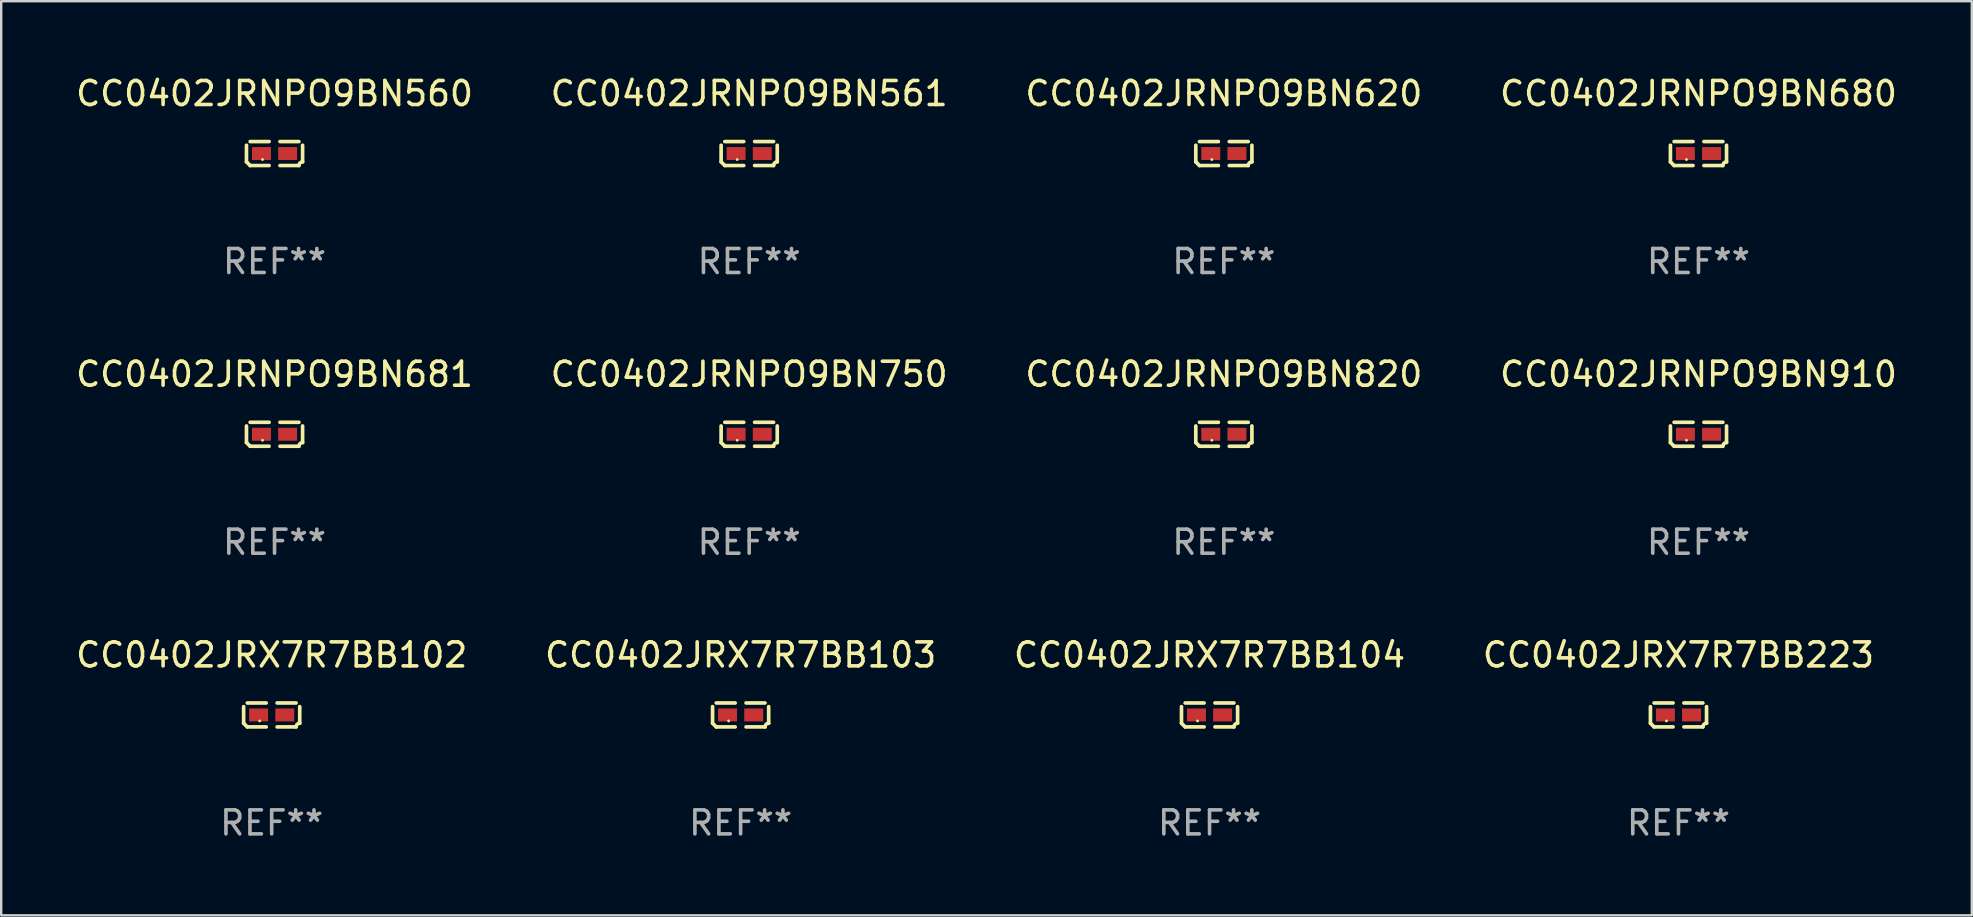
<source format=kicad_pcb>
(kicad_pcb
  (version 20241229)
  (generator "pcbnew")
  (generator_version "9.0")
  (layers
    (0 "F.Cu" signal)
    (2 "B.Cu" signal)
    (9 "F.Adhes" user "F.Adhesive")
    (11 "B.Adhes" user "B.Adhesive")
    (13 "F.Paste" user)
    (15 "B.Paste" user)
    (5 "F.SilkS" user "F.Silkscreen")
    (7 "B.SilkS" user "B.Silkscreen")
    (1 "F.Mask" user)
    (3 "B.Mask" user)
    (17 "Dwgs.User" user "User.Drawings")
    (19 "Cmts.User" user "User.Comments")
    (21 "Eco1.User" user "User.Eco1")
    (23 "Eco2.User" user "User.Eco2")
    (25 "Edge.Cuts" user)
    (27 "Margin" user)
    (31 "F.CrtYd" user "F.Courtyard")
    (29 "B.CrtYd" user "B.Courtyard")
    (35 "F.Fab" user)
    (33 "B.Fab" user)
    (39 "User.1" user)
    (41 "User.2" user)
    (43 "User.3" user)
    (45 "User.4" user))
  (footprint "CC0402JRNPO9BN620"
    (layer "F.Cu")
    (at 47.935 3.347)
    (property "Reference" "CC0402JRNPO9BN620" (at 0 -2.499 0) (layer "F.SilkS") (effects (font (size 1 1) (thickness 0.15))))
    (attr through_hole)
    (fp_line (start -1.169 0.346) (end -1.169 -0.346) (stroke (width 0.152) (type solid)) (layer "F.SilkS"))
    (fp_line (start -1.016 -0.499) (end -0.226 -0.499) (stroke (width 0.152) (type solid)) (layer "F.SilkS"))
    (fp_line (start -0.226 0.499) (end -1.016 0.499) (stroke (width 0.152) (type solid)) (layer "F.SilkS"))
    (fp_line (start 0.226 0.499) (end 1.016 0.499) (stroke (width 0.152) (type solid)) (layer "F.SilkS"))
    (fp_line (start 1.016 -0.499) (end 0.226 -0.499) (stroke (width 0.152) (type solid)) (layer "F.SilkS"))
    (fp_line (start 1.169 0.346) (end 1.169 -0.346) (stroke (width 0.152) (type solid)) (layer "F.SilkS"))
    (fp_arc (start -1.016307 0.498603) (mid -1.092512 0.422405) (end -1.16871 0.3462) (stroke (width 0.1524) (type solid)) (layer "F.SilkS"))
    (fp_arc (start 1.016307 0.498603) (mid 1.060899 0.390758) (end 1.168707 0.346076) (stroke (width 0.1524) (type solid)) (layer "F.SilkS"))
    (fp_circle (center -0.5 0.25) (end -0.47 0.25) (stroke (width 0.06) (type solid)) (fill no) (layer "F.SilkS"))
    (fp_text user "REF**" (at 0 4.499 0) (layer "F.Fab") (effects (font (size 1 1) (thickness 0.15))))
    (pad "1" smd rect (at -0.545 0) (size 0.79 0.54) (layers "F.Cu" "F.Mask" "F.Paste"))
    (pad "2" smd rect (at 0.545 0) (size 0.79 0.54) (layers "F.Cu" "F.Mask" "F.Paste")))
  (footprint "CC0402JRX7R7BB223"
    (layer "F.Cu")
    (at 66.875 26.734)
    (property "Reference" "CC0402JRX7R7BB223" (at 0 -2.499 0) (layer "F.SilkS") (effects (font (size 1 1) (thickness 0.15))))
    (attr through_hole)
    (fp_line (start -1.169 0.346) (end -1.169 -0.346) (stroke (width 0.152) (type solid)) (layer "F.SilkS"))
    (fp_line (start -1.016 -0.499) (end -0.226 -0.499) (stroke (width 0.152) (type solid)) (layer "F.SilkS"))
    (fp_line (start -0.226 0.499) (end -1.016 0.499) (stroke (width 0.152) (type solid)) (layer "F.SilkS"))
    (fp_line (start 0.226 0.499) (end 1.016 0.499) (stroke (width 0.152) (type solid)) (layer "F.SilkS"))
    (fp_line (start 1.016 -0.499) (end 0.226 -0.499) (stroke (width 0.152) (type solid)) (layer "F.SilkS"))
    (fp_line (start 1.169 0.346) (end 1.169 -0.346) (stroke (width 0.152) (type solid)) (layer "F.SilkS"))
    (fp_arc (start -1.016307 0.498603) (mid -1.092512 0.422405) (end -1.16871 0.3462) (stroke (width 0.1524) (type solid)) (layer "F.SilkS"))
    (fp_arc (start 1.016307 0.498603) (mid 1.060899 0.390758) (end 1.168707 0.346076) (stroke (width 0.1524) (type solid)) (layer "F.SilkS"))
    (fp_circle (center -0.5 0.25) (end -0.47 0.25) (stroke (width 0.06) (type solid)) (fill no) (layer "F.SilkS"))
    (fp_text user "REF**" (at 0 4.499 0) (layer "F.Fab") (effects (font (size 1 1) (thickness 0.15))))
    (pad "1" smd rect (at -0.545 0) (size 0.79 0.54) (layers "F.Cu" "F.Mask" "F.Paste"))
    (pad "2" smd rect (at 0.545 0) (size 0.79 0.54) (layers "F.Cu" "F.Mask" "F.Paste")))
  (footprint "CC0402JRNPO9BN750"
    (layer "F.Cu")
    (at 28.161 15.041)
    (property "Reference" "CC0402JRNPO9BN750" (at 0 -2.499 0) (layer "F.SilkS") (effects (font (size 1 1) (thickness 0.15))))
    (attr through_hole)
    (fp_line (start -1.169 0.346) (end -1.169 -0.346) (stroke (width 0.152) (type solid)) (layer "F.SilkS"))
    (fp_line (start -1.016 -0.499) (end -0.226 -0.499) (stroke (width 0.152) (type solid)) (layer "F.SilkS"))
    (fp_line (start -0.226 0.499) (end -1.016 0.499) (stroke (width 0.152) (type solid)) (layer "F.SilkS"))
    (fp_line (start 0.226 0.499) (end 1.016 0.499) (stroke (width 0.152) (type solid)) (layer "F.SilkS"))
    (fp_line (start 1.016 -0.499) (end 0.226 -0.499) (stroke (width 0.152) (type solid)) (layer "F.SilkS"))
    (fp_line (start 1.169 0.346) (end 1.169 -0.346) (stroke (width 0.152) (type solid)) (layer "F.SilkS"))
    (fp_arc (start -1.016307 0.498603) (mid -1.092512 0.422405) (end -1.16871 0.3462) (stroke (width 0.1524) (type solid)) (layer "F.SilkS"))
    (fp_arc (start 1.016307 0.498603) (mid 1.060899 0.390758) (end 1.168707 0.346076) (stroke (width 0.1524) (type solid)) (layer "F.SilkS"))
    (fp_circle (center -0.5 0.25) (end -0.47 0.25) (stroke (width 0.06) (type solid)) (fill no) (layer "F.SilkS"))
    (fp_text user "REF**" (at 0 4.499 0) (layer "F.Fab") (effects (font (size 1 1) (thickness 0.15))))
    (pad "1" smd rect (at -0.545 0) (size 0.79 0.54) (layers "F.Cu" "F.Mask" "F.Paste"))
    (pad "2" smd rect (at 0.545 0) (size 0.79 0.54) (layers "F.Cu" "F.Mask" "F.Paste")))
  (footprint "CC0402JRNPO9BN681"
    (layer "F.Cu")
    (at 8.387 15.041)
    (property "Reference" "CC0402JRNPO9BN681" (at 0 -2.499 0) (layer "F.SilkS") (effects (font (size 1 1) (thickness 0.15))))
    (attr through_hole)
    (fp_line (start -1.169 0.346) (end -1.169 -0.346) (stroke (width 0.152) (type solid)) (layer "F.SilkS"))
    (fp_line (start -1.016 -0.499) (end -0.226 -0.499) (stroke (width 0.152) (type solid)) (layer "F.SilkS"))
    (fp_line (start -0.226 0.499) (end -1.016 0.499) (stroke (width 0.152) (type solid)) (layer "F.SilkS"))
    (fp_line (start 0.226 0.499) (end 1.016 0.499) (stroke (width 0.152) (type solid)) (layer "F.SilkS"))
    (fp_line (start 1.016 -0.499) (end 0.226 -0.499) (stroke (width 0.152) (type solid)) (layer "F.SilkS"))
    (fp_line (start 1.169 0.346) (end 1.169 -0.346) (stroke (width 0.152) (type solid)) (layer "F.SilkS"))
    (fp_arc (start -1.016307 0.498603) (mid -1.092512 0.422405) (end -1.16871 0.3462) (stroke (width 0.1524) (type solid)) (layer "F.SilkS"))
    (fp_arc (start 1.016307 0.498603) (mid 1.060899 0.390758) (end 1.168707 0.346076) (stroke (width 0.1524) (type solid)) (layer "F.SilkS"))
    (fp_circle (center -0.5 0.25) (end -0.47 0.25) (stroke (width 0.06) (type solid)) (fill no) (layer "F.SilkS"))
    (fp_text user "REF**" (at 0 4.499 0) (layer "F.Fab") (effects (font (size 1 1) (thickness 0.15))))
    (pad "1" smd rect (at -0.545 0) (size 0.79 0.54) (layers "F.Cu" "F.Mask" "F.Paste"))
    (pad "2" smd rect (at 0.545 0) (size 0.79 0.54) (layers "F.Cu" "F.Mask" "F.Paste")))
  (footprint "CC0402JRNPO9BN680"
    (layer "F.Cu")
    (at 67.708 3.347)
    (property "Reference" "CC0402JRNPO9BN680" (at 0 -2.499 0) (layer "F.SilkS") (effects (font (size 1 1) (thickness 0.15))))
    (attr through_hole)
    (fp_line (start -1.169 0.346) (end -1.169 -0.346) (stroke (width 0.152) (type solid)) (layer "F.SilkS"))
    (fp_line (start -1.016 -0.499) (end -0.226 -0.499) (stroke (width 0.152) (type solid)) (layer "F.SilkS"))
    (fp_line (start -0.226 0.499) (end -1.016 0.499) (stroke (width 0.152) (type solid)) (layer "F.SilkS"))
    (fp_line (start 0.226 0.499) (end 1.016 0.499) (stroke (width 0.152) (type solid)) (layer "F.SilkS"))
    (fp_line (start 1.016 -0.499) (end 0.226 -0.499) (stroke (width 0.152) (type solid)) (layer "F.SilkS"))
    (fp_line (start 1.169 0.346) (end 1.169 -0.346) (stroke (width 0.152) (type solid)) (layer "F.SilkS"))
    (fp_arc (start -1.016307 0.498603) (mid -1.092512 0.422405) (end -1.16871 0.3462) (stroke (width 0.1524) (type solid)) (layer "F.SilkS"))
    (fp_arc (start 1.016307 0.498603) (mid 1.060899 0.390758) (end 1.168707 0.346076) (stroke (width 0.1524) (type solid)) (layer "F.SilkS"))
    (fp_circle (center -0.5 0.25) (end -0.47 0.25) (stroke (width 0.06) (type solid)) (fill no) (layer "F.SilkS"))
    (fp_text user "REF**" (at 0 4.499 0) (layer "F.Fab") (effects (font (size 1 1) (thickness 0.15))))
    (pad "1" smd rect (at -0.545 0) (size 0.79 0.54) (layers "F.Cu" "F.Mask" "F.Paste"))
    (pad "2" smd rect (at 0.545 0) (size 0.79 0.54) (layers "F.Cu" "F.Mask" "F.Paste")))
  (footprint "CC0402JRX7R7BB104"
    (layer "F.Cu")
    (at 47.339 26.734)
    (property "Reference" "CC0402JRX7R7BB104" (at 0 -2.499 0) (layer "F.SilkS") (effects (font (size 1 1) (thickness 0.15))))
    (attr through_hole)
    (fp_line (start -1.169 0.346) (end -1.169 -0.346) (stroke (width 0.152) (type solid)) (layer "F.SilkS"))
    (fp_line (start -1.016 -0.499) (end -0.226 -0.499) (stroke (width 0.152) (type solid)) (layer "F.SilkS"))
    (fp_line (start -0.226 0.499) (end -1.016 0.499) (stroke (width 0.152) (type solid)) (layer "F.SilkS"))
    (fp_line (start 0.226 0.499) (end 1.016 0.499) (stroke (width 0.152) (type solid)) (layer "F.SilkS"))
    (fp_line (start 1.016 -0.499) (end 0.226 -0.499) (stroke (width 0.152) (type solid)) (layer "F.SilkS"))
    (fp_line (start 1.169 0.346) (end 1.169 -0.346) (stroke (width 0.152) (type solid)) (layer "F.SilkS"))
    (fp_arc (start -1.016307 0.498603) (mid -1.092512 0.422405) (end -1.16871 0.3462) (stroke (width 0.1524) (type solid)) (layer "F.SilkS"))
    (fp_arc (start 1.016307 0.498603) (mid 1.060899 0.390758) (end 1.168707 0.346076) (stroke (width 0.1524) (type solid)) (layer "F.SilkS"))
    (fp_circle (center -0.5 0.25) (end -0.47 0.25) (stroke (width 0.06) (type solid)) (fill no) (layer "F.SilkS"))
    (fp_text user "REF**" (at 0 4.499 0) (layer "F.Fab") (effects (font (size 1 1) (thickness 0.15))))
    (pad "1" smd rect (at -0.545 0) (size 0.79 0.54) (layers "F.Cu" "F.Mask" "F.Paste"))
    (pad "2" smd rect (at 0.545 0) (size 0.79 0.54) (layers "F.Cu" "F.Mask" "F.Paste")))
  (footprint "CC0402JRX7R7BB103"
    (layer "F.Cu")
    (at 27.804 26.734)
    (property "Reference" "CC0402JRX7R7BB103" (at 0 -2.499 0) (layer "F.SilkS") (effects (font (size 1 1) (thickness 0.15))))
    (attr through_hole)
    (fp_line (start -1.169 0.346) (end -1.169 -0.346) (stroke (width 0.152) (type solid)) (layer "F.SilkS"))
    (fp_line (start -1.016 -0.499) (end -0.226 -0.499) (stroke (width 0.152) (type solid)) (layer "F.SilkS"))
    (fp_line (start -0.226 0.499) (end -1.016 0.499) (stroke (width 0.152) (type solid)) (layer "F.SilkS"))
    (fp_line (start 0.226 0.499) (end 1.016 0.499) (stroke (width 0.152) (type solid)) (layer "F.SilkS"))
    (fp_line (start 1.016 -0.499) (end 0.226 -0.499) (stroke (width 0.152) (type solid)) (layer "F.SilkS"))
    (fp_line (start 1.169 0.346) (end 1.169 -0.346) (stroke (width 0.152) (type solid)) (layer "F.SilkS"))
    (fp_arc (start -1.016307 0.498603) (mid -1.092512 0.422405) (end -1.16871 0.3462) (stroke (width 0.1524) (type solid)) (layer "F.SilkS"))
    (fp_arc (start 1.016307 0.498603) (mid 1.060899 0.390758) (end 1.168707 0.346076) (stroke (width 0.1524) (type solid)) (layer "F.SilkS"))
    (fp_circle (center -0.5 0.25) (end -0.47 0.25) (stroke (width 0.06) (type solid)) (fill no) (layer "F.SilkS"))
    (fp_text user "REF**" (at 0 4.499 0) (layer "F.Fab") (effects (font (size 1 1) (thickness 0.15))))
    (pad "1" smd rect (at -0.545 0) (size 0.79 0.54) (layers "F.Cu" "F.Mask" "F.Paste"))
    (pad "2" smd rect (at 0.545 0) (size 0.79 0.54) (layers "F.Cu" "F.Mask" "F.Paste")))
  (footprint "CC0402JRNPO9BN910"
    (layer "F.Cu")
    (at 67.708 15.041)
    (property "Reference" "CC0402JRNPO9BN910" (at 0 -2.499 0) (layer "F.SilkS") (effects (font (size 1 1) (thickness 0.15))))
    (attr through_hole)
    (fp_line (start -1.169 0.346) (end -1.169 -0.346) (stroke (width 0.152) (type solid)) (layer "F.SilkS"))
    (fp_line (start -1.016 -0.499) (end -0.226 -0.499) (stroke (width 0.152) (type solid)) (layer "F.SilkS"))
    (fp_line (start -0.226 0.499) (end -1.016 0.499) (stroke (width 0.152) (type solid)) (layer "F.SilkS"))
    (fp_line (start 0.226 0.499) (end 1.016 0.499) (stroke (width 0.152) (type solid)) (layer "F.SilkS"))
    (fp_line (start 1.016 -0.499) (end 0.226 -0.499) (stroke (width 0.152) (type solid)) (layer "F.SilkS"))
    (fp_line (start 1.169 0.346) (end 1.169 -0.346) (stroke (width 0.152) (type solid)) (layer "F.SilkS"))
    (fp_arc (start -1.016307 0.498603) (mid -1.092512 0.422405) (end -1.16871 0.3462) (stroke (width 0.1524) (type solid)) (layer "F.SilkS"))
    (fp_arc (start 1.016307 0.498603) (mid 1.060899 0.390758) (end 1.168707 0.346076) (stroke (width 0.1524) (type solid)) (layer "F.SilkS"))
    (fp_circle (center -0.5 0.25) (end -0.47 0.25) (stroke (width 0.06) (type solid)) (fill no) (layer "F.SilkS"))
    (fp_text user "REF**" (at 0 4.499 0) (layer "F.Fab") (effects (font (size 1 1) (thickness 0.15))))
    (pad "1" smd rect (at -0.545 0) (size 0.79 0.54) (layers "F.Cu" "F.Mask" "F.Paste"))
    (pad "2" smd rect (at 0.545 0) (size 0.79 0.54) (layers "F.Cu" "F.Mask" "F.Paste")))
  (footprint "CC0402JRX7R7BB102"
    (layer "F.Cu")
    (at 8.268 26.734)
    (property "Reference" "CC0402JRX7R7BB102" (at 0 -2.499 0) (layer "F.SilkS") (effects (font (size 1 1) (thickness 0.15))))
    (attr through_hole)
    (fp_line (start -1.169 0.346) (end -1.169 -0.346) (stroke (width 0.152) (type solid)) (layer "F.SilkS"))
    (fp_line (start -1.016 -0.499) (end -0.226 -0.499) (stroke (width 0.152) (type solid)) (layer "F.SilkS"))
    (fp_line (start -0.226 0.499) (end -1.016 0.499) (stroke (width 0.152) (type solid)) (layer "F.SilkS"))
    (fp_line (start 0.226 0.499) (end 1.016 0.499) (stroke (width 0.152) (type solid)) (layer "F.SilkS"))
    (fp_line (start 1.016 -0.499) (end 0.226 -0.499) (stroke (width 0.152) (type solid)) (layer "F.SilkS"))
    (fp_line (start 1.169 0.346) (end 1.169 -0.346) (stroke (width 0.152) (type solid)) (layer "F.SilkS"))
    (fp_arc (start -1.016307 0.498603) (mid -1.092512 0.422405) (end -1.16871 0.3462) (stroke (width 0.1524) (type solid)) (layer "F.SilkS"))
    (fp_arc (start 1.016307 0.498603) (mid 1.060899 0.390758) (end 1.168707 0.346076) (stroke (width 0.1524) (type solid)) (layer "F.SilkS"))
    (fp_circle (center -0.5 0.25) (end -0.47 0.25) (stroke (width 0.06) (type solid)) (fill no) (layer "F.SilkS"))
    (fp_text user "REF**" (at 0 4.499 0) (layer "F.Fab") (effects (font (size 1 1) (thickness 0.15))))
    (pad "1" smd rect (at -0.545 0) (size 0.79 0.54) (layers "F.Cu" "F.Mask" "F.Paste"))
    (pad "2" smd rect (at 0.545 0) (size 0.79 0.54) (layers "F.Cu" "F.Mask" "F.Paste")))
  (footprint "CC0402JRNPO9BN560"
    (layer "F.Cu")
    (at 8.387 3.347)
    (property "Reference" "CC0402JRNPO9BN560" (at 0 -2.499 0) (layer "F.SilkS") (effects (font (size 1 1) (thickness 0.15))))
    (attr through_hole)
    (fp_line (start -1.169 0.346) (end -1.169 -0.346) (stroke (width 0.152) (type solid)) (layer "F.SilkS"))
    (fp_line (start -1.016 -0.499) (end -0.226 -0.499) (stroke (width 0.152) (type solid)) (layer "F.SilkS"))
    (fp_line (start -0.226 0.499) (end -1.016 0.499) (stroke (width 0.152) (type solid)) (layer "F.SilkS"))
    (fp_line (start 0.226 0.499) (end 1.016 0.499) (stroke (width 0.152) (type solid)) (layer "F.SilkS"))
    (fp_line (start 1.016 -0.499) (end 0.226 -0.499) (stroke (width 0.152) (type solid)) (layer "F.SilkS"))
    (fp_line (start 1.169 0.346) (end 1.169 -0.346) (stroke (width 0.152) (type solid)) (layer "F.SilkS"))
    (fp_arc (start -1.016307 0.498603) (mid -1.092512 0.422405) (end -1.16871 0.3462) (stroke (width 0.1524) (type solid)) (layer "F.SilkS"))
    (fp_arc (start 1.016307 0.498603) (mid 1.060899 0.390758) (end 1.168707 0.346076) (stroke (width 0.1524) (type solid)) (layer "F.SilkS"))
    (fp_circle (center -0.5 0.25) (end -0.47 0.25) (stroke (width 0.06) (type solid)) (fill no) (layer "F.SilkS"))
    (fp_text user "REF**" (at 0 4.499 0) (layer "F.Fab") (effects (font (size 1 1) (thickness 0.15))))
    (pad "1" smd rect (at -0.545 0) (size 0.79 0.54) (layers "F.Cu" "F.Mask" "F.Paste"))
    (pad "2" smd rect (at 0.545 0) (size 0.79 0.54) (layers "F.Cu" "F.Mask" "F.Paste")))
  (footprint "CC0402JRNPO9BN820"
    (layer "F.Cu")
    (at 47.935 15.041)
    (property "Reference" "CC0402JRNPO9BN820" (at 0 -2.499 0) (layer "F.SilkS") (effects (font (size 1 1) (thickness 0.15))))
    (attr through_hole)
    (fp_line (start -1.169 0.346) (end -1.169 -0.346) (stroke (width 0.152) (type solid)) (layer "F.SilkS"))
    (fp_line (start -1.016 -0.499) (end -0.226 -0.499) (stroke (width 0.152) (type solid)) (layer "F.SilkS"))
    (fp_line (start -0.226 0.499) (end -1.016 0.499) (stroke (width 0.152) (type solid)) (layer "F.SilkS"))
    (fp_line (start 0.226 0.499) (end 1.016 0.499) (stroke (width 0.152) (type solid)) (layer "F.SilkS"))
    (fp_line (start 1.016 -0.499) (end 0.226 -0.499) (stroke (width 0.152) (type solid)) (layer "F.SilkS"))
    (fp_line (start 1.169 0.346) (end 1.169 -0.346) (stroke (width 0.152) (type solid)) (layer "F.SilkS"))
    (fp_arc (start -1.016307 0.498603) (mid -1.092512 0.422405) (end -1.16871 0.3462) (stroke (width 0.1524) (type solid)) (layer "F.SilkS"))
    (fp_arc (start 1.016307 0.498603) (mid 1.060899 0.390758) (end 1.168707 0.346076) (stroke (width 0.1524) (type solid)) (layer "F.SilkS"))
    (fp_circle (center -0.5 0.25) (end -0.47 0.25) (stroke (width 0.06) (type solid)) (fill no) (layer "F.SilkS"))
    (fp_text user "REF**" (at 0 4.499 0) (layer "F.Fab") (effects (font (size 1 1) (thickness 0.15))))
    (pad "1" smd rect (at -0.545 0) (size 0.79 0.54) (layers "F.Cu" "F.Mask" "F.Paste"))
    (pad "2" smd rect (at 0.545 0) (size 0.79 0.54) (layers "F.Cu" "F.Mask" "F.Paste")))
  (footprint "CC0402JRNPO9BN561"
    (layer "F.Cu")
    (at 28.161 3.347)
    (property "Reference" "CC0402JRNPO9BN561" (at 0 -2.499 0) (layer "F.SilkS") (effects (font (size 1 1) (thickness 0.15))))
    (attr through_hole)
    (fp_line (start -1.169 0.346) (end -1.169 -0.346) (stroke (width 0.152) (type solid)) (layer "F.SilkS"))
    (fp_line (start -1.016 -0.499) (end -0.226 -0.499) (stroke (width 0.152) (type solid)) (layer "F.SilkS"))
    (fp_line (start -0.226 0.499) (end -1.016 0.499) (stroke (width 0.152) (type solid)) (layer "F.SilkS"))
    (fp_line (start 0.226 0.499) (end 1.016 0.499) (stroke (width 0.152) (type solid)) (layer "F.SilkS"))
    (fp_line (start 1.016 -0.499) (end 0.226 -0.499) (stroke (width 0.152) (type solid)) (layer "F.SilkS"))
    (fp_line (start 1.169 0.346) (end 1.169 -0.346) (stroke (width 0.152) (type solid)) (layer "F.SilkS"))
    (fp_arc (start -1.016307 0.498603) (mid -1.092512 0.422405) (end -1.16871 0.3462) (stroke (width 0.1524) (type solid)) (layer "F.SilkS"))
    (fp_arc (start 1.016307 0.498603) (mid 1.060899 0.390758) (end 1.168707 0.346076) (stroke (width 0.1524) (type solid)) (layer "F.SilkS"))
    (fp_circle (center -0.5 0.25) (end -0.47 0.25) (stroke (width 0.06) (type solid)) (fill no) (layer "F.SilkS"))
    (fp_text user "REF**" (at 0 4.499 0) (layer "F.Fab") (effects (font (size 1 1) (thickness 0.15))))
    (pad "1" smd rect (at -0.545 0) (size 0.79 0.54) (layers "F.Cu" "F.Mask" "F.Paste"))
    (pad "2" smd rect (at 0.545 0) (size 0.79 0.54) (layers "F.Cu" "F.Mask" "F.Paste")))
  (gr_rect
    (start -3 -3)
    (end 79.095 35.081)
    (stroke (width 0.1) (type default))
    (fill no)
    (layer "Edge.Cuts")))
</source>
